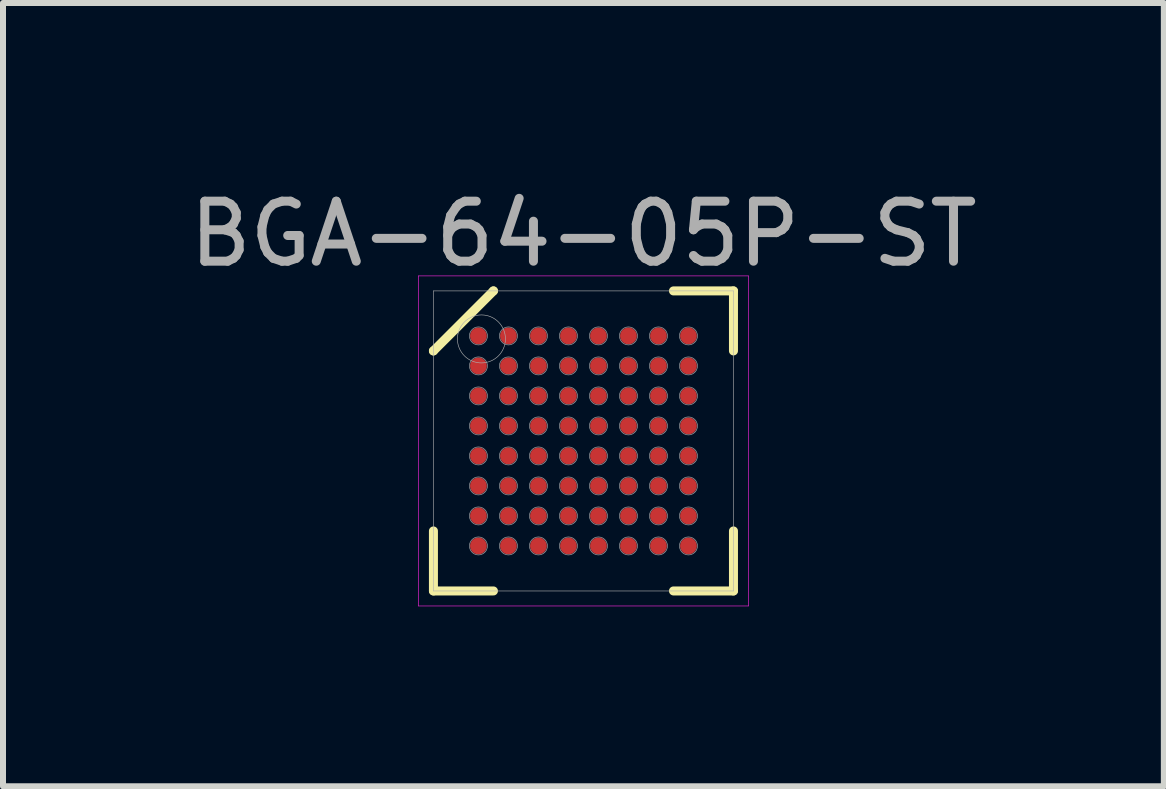
<source format=kicad_pcb>
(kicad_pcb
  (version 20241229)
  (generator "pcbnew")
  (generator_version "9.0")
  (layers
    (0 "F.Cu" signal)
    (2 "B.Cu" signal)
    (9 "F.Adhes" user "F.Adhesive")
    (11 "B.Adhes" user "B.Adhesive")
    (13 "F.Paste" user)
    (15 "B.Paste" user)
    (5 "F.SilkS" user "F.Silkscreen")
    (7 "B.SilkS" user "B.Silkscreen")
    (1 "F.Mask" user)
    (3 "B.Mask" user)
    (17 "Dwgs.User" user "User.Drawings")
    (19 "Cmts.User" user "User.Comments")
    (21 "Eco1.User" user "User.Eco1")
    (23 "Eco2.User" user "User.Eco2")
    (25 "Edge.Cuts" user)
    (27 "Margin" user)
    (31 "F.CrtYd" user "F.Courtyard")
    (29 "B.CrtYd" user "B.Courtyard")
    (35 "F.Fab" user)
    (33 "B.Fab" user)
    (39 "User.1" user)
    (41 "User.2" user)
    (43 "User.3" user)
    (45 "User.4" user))
  (footprint "BGA-64-05P-ST"
    (layer "F.Cu")
    (at 6.673 4.298)
    (property "Reference" "BGA-64-05P-ST" (at 0 -3.45 0) (layer "F.Fab") (effects (font (size 1 1) (thickness 0.15))))
    (attr through_hole)
    (fp_line (start -2.5 -1.5) (end -2.5 -1.5) (stroke (width 0.15) (type solid)) (layer "F.SilkS"))
    (fp_line (start -2.5 -1.5) (end -1.5 -2.5) (stroke (width 0.15) (type solid)) (layer "F.SilkS"))
    (fp_line (start -2.5 2.5) (end -2.5 1.5) (stroke (width 0.15) (type solid)) (layer "F.SilkS"))
    (fp_line (start -1.5 -2.5) (end -1.5 -2.5) (stroke (width 0.15) (type solid)) (layer "F.SilkS"))
    (fp_line (start -1.5 2.5) (end -2.5 2.5) (stroke (width 0.15) (type solid)) (layer "F.SilkS"))
    (fp_line (start 1.5 -2.5) (end 2.5 -2.5) (stroke (width 0.15) (type solid)) (layer "F.SilkS"))
    (fp_line (start 1.5 2.5) (end 2.5 2.5) (stroke (width 0.15) (type solid)) (layer "F.SilkS"))
    (fp_line (start 2.5 -2.5) (end 2.5 -1.5) (stroke (width 0.15) (type solid)) (layer "F.SilkS"))
    (fp_line (start 2.5 2.5) (end 2.5 1.5) (stroke (width 0.15) (type solid)) (layer "F.SilkS"))
    (fp_line (start -2.75 -2.75) (end 2.75 -2.75) (stroke (width 0.01) (type solid)) (layer "F.CrtYd"))
    (fp_line (start -2.75 2.75) (end -2.75 -2.75) (stroke (width 0.01) (type solid)) (layer "F.CrtYd"))
    (fp_line (start 2.75 -2.75) (end 2.75 2.75) (stroke (width 0.01) (type solid)) (layer "F.CrtYd"))
    (fp_line (start 2.75 2.75) (end -2.75 2.75) (stroke (width 0.01) (type solid)) (layer "F.CrtYd"))
    (fp_line (start -2.5 -2.5) (end 2.5 -2.5) (stroke (width 0.01) (type solid)) (layer "F.Fab"))
    (fp_line (start -2.5 2.5) (end -2.5 -2.5) (stroke (width 0.01) (type solid)) (layer "F.Fab"))
    (fp_line (start 2.5 -2.5) (end 2.5 2.5) (stroke (width 0.01) (type solid)) (layer "F.Fab"))
    (fp_line (start 2.5 2.5) (end -2.5 2.5) (stroke (width 0.01) (type solid)) (layer "F.Fab"))
    (fp_circle (center -1.75 -1.75) (end -1.75 -1.6) (stroke (width 0.01) (type solid)) (fill no) (layer "F.Fab"))
    (fp_circle (center -1.75 -1.25) (end -1.75 -1.1) (stroke (width 0.01) (type solid)) (fill no) (layer "F.Fab"))
    (fp_circle (center -1.75 -0.75) (end -1.75 -0.6) (stroke (width 0.01) (type solid)) (fill no) (layer "F.Fab"))
    (fp_circle (center -1.75 -0.25) (end -1.75 -0.1) (stroke (width 0.01) (type solid)) (fill no) (layer "F.Fab"))
    (fp_circle (center -1.75 0.25) (end -1.75 0.4) (stroke (width 0.01) (type solid)) (fill no) (layer "F.Fab"))
    (fp_circle (center -1.75 0.75) (end -1.75 0.9) (stroke (width 0.01) (type solid)) (fill no) (layer "F.Fab"))
    (fp_circle (center -1.75 1.25) (end -1.75 1.4) (stroke (width 0.01) (type solid)) (fill no) (layer "F.Fab"))
    (fp_circle (center -1.75 1.75) (end -1.75 1.9) (stroke (width 0.01) (type solid)) (fill no) (layer "F.Fab"))
    (fp_circle (center -1.7 -1.7) (end -1.7 -1.3) (stroke (width 0.01) (type solid)) (fill no) (layer "F.Fab"))
    (fp_circle (center -1.25 -1.75) (end -1.25 -1.6) (stroke (width 0.01) (type solid)) (fill no) (layer "F.Fab"))
    (fp_circle (center -1.25 -1.25) (end -1.25 -1.1) (stroke (width 0.01) (type solid)) (fill no) (layer "F.Fab"))
    (fp_circle (center -1.25 -0.75) (end -1.25 -0.6) (stroke (width 0.01) (type solid)) (fill no) (layer "F.Fab"))
    (fp_circle (center -1.25 -0.25) (end -1.25 -0.1) (stroke (width 0.01) (type solid)) (fill no) (layer "F.Fab"))
    (fp_circle (center -1.25 0.25) (end -1.25 0.4) (stroke (width 0.01) (type solid)) (fill no) (layer "F.Fab"))
    (fp_circle (center -1.25 0.75) (end -1.25 0.9) (stroke (width 0.01) (type solid)) (fill no) (layer "F.Fab"))
    (fp_circle (center -1.25 1.25) (end -1.25 1.4) (stroke (width 0.01) (type solid)) (fill no) (layer "F.Fab"))
    (fp_circle (center -1.25 1.75) (end -1.25 1.9) (stroke (width 0.01) (type solid)) (fill no) (layer "F.Fab"))
    (fp_circle (center -0.75 -1.75) (end -0.75 -1.6) (stroke (width 0.01) (type solid)) (fill no) (layer "F.Fab"))
    (fp_circle (center -0.75 -1.25) (end -0.75 -1.1) (stroke (width 0.01) (type solid)) (fill no) (layer "F.Fab"))
    (fp_circle (center -0.75 -0.75) (end -0.75 -0.6) (stroke (width 0.01) (type solid)) (fill no) (layer "F.Fab"))
    (fp_circle (center -0.75 -0.25) (end -0.75 -0.1) (stroke (width 0.01) (type solid)) (fill no) (layer "F.Fab"))
    (fp_circle (center -0.75 0.25) (end -0.75 0.4) (stroke (width 0.01) (type solid)) (fill no) (layer "F.Fab"))
    (fp_circle (center -0.75 0.75) (end -0.75 0.9) (stroke (width 0.01) (type solid)) (fill no) (layer "F.Fab"))
    (fp_circle (center -0.75 1.25) (end -0.75 1.4) (stroke (width 0.01) (type solid)) (fill no) (layer "F.Fab"))
    (fp_circle (center -0.75 1.75) (end -0.75 1.9) (stroke (width 0.01) (type solid)) (fill no) (layer "F.Fab"))
    (fp_circle (center -0.25 -1.75) (end -0.25 -1.6) (stroke (width 0.01) (type solid)) (fill no) (layer "F.Fab"))
    (fp_circle (center -0.25 -1.25) (end -0.25 -1.1) (stroke (width 0.01) (type solid)) (fill no) (layer "F.Fab"))
    (fp_circle (center -0.25 -0.75) (end -0.25 -0.6) (stroke (width 0.01) (type solid)) (fill no) (layer "F.Fab"))
    (fp_circle (center -0.25 -0.25) (end -0.25 -0.1) (stroke (width 0.01) (type solid)) (fill no) (layer "F.Fab"))
    (fp_circle (center -0.25 0.25) (end -0.25 0.4) (stroke (width 0.01) (type solid)) (fill no) (layer "F.Fab"))
    (fp_circle (center -0.25 0.75) (end -0.25 0.9) (stroke (width 0.01) (type solid)) (fill no) (layer "F.Fab"))
    (fp_circle (center -0.25 1.25) (end -0.25 1.4) (stroke (width 0.01) (type solid)) (fill no) (layer "F.Fab"))
    (fp_circle (center -0.25 1.75) (end -0.25 1.9) (stroke (width 0.01) (type solid)) (fill no) (layer "F.Fab"))
    (fp_circle (center 0.25 -1.75) (end 0.25 -1.6) (stroke (width 0.01) (type solid)) (fill no) (layer "F.Fab"))
    (fp_circle (center 0.25 -1.25) (end 0.25 -1.1) (stroke (width 0.01) (type solid)) (fill no) (layer "F.Fab"))
    (fp_circle (center 0.25 -0.75) (end 0.25 -0.6) (stroke (width 0.01) (type solid)) (fill no) (layer "F.Fab"))
    (fp_circle (center 0.25 -0.25) (end 0.25 -0.1) (stroke (width 0.01) (type solid)) (fill no) (layer "F.Fab"))
    (fp_circle (center 0.25 0.25) (end 0.25 0.4) (stroke (width 0.01) (type solid)) (fill no) (layer "F.Fab"))
    (fp_circle (center 0.25 0.75) (end 0.25 0.9) (stroke (width 0.01) (type solid)) (fill no) (layer "F.Fab"))
    (fp_circle (center 0.25 1.25) (end 0.25 1.4) (stroke (width 0.01) (type solid)) (fill no) (layer "F.Fab"))
    (fp_circle (center 0.25 1.75) (end 0.25 1.9) (stroke (width 0.01) (type solid)) (fill no) (layer "F.Fab"))
    (fp_circle (center 0.75 -1.75) (end 0.75 -1.6) (stroke (width 0.01) (type solid)) (fill no) (layer "F.Fab"))
    (fp_circle (center 0.75 -1.25) (end 0.75 -1.1) (stroke (width 0.01) (type solid)) (fill no) (layer "F.Fab"))
    (fp_circle (center 0.75 -0.75) (end 0.75 -0.6) (stroke (width 0.01) (type solid)) (fill no) (layer "F.Fab"))
    (fp_circle (center 0.75 -0.25) (end 0.75 -0.1) (stroke (width 0.01) (type solid)) (fill no) (layer "F.Fab"))
    (fp_circle (center 0.75 0.25) (end 0.75 0.4) (stroke (width 0.01) (type solid)) (fill no) (layer "F.Fab"))
    (fp_circle (center 0.75 0.75) (end 0.75 0.9) (stroke (width 0.01) (type solid)) (fill no) (layer "F.Fab"))
    (fp_circle (center 0.75 1.25) (end 0.75 1.4) (stroke (width 0.01) (type solid)) (fill no) (layer "F.Fab"))
    (fp_circle (center 0.75 1.75) (end 0.75 1.9) (stroke (width 0.01) (type solid)) (fill no) (layer "F.Fab"))
    (fp_circle (center 1.25 -1.75) (end 1.25 -1.6) (stroke (width 0.01) (type solid)) (fill no) (layer "F.Fab"))
    (fp_circle (center 1.25 -1.25) (end 1.25 -1.1) (stroke (width 0.01) (type solid)) (fill no) (layer "F.Fab"))
    (fp_circle (center 1.25 -0.75) (end 1.25 -0.6) (stroke (width 0.01) (type solid)) (fill no) (layer "F.Fab"))
    (fp_circle (center 1.25 -0.25) (end 1.25 -0.1) (stroke (width 0.01) (type solid)) (fill no) (layer "F.Fab"))
    (fp_circle (center 1.25 0.25) (end 1.25 0.4) (stroke (width 0.01) (type solid)) (fill no) (layer "F.Fab"))
    (fp_circle (center 1.25 0.75) (end 1.25 0.9) (stroke (width 0.01) (type solid)) (fill no) (layer "F.Fab"))
    (fp_circle (center 1.25 1.25) (end 1.25 1.4) (stroke (width 0.01) (type solid)) (fill no) (layer "F.Fab"))
    (fp_circle (center 1.25 1.75) (end 1.25 1.9) (stroke (width 0.01) (type solid)) (fill no) (layer "F.Fab"))
    (fp_circle (center 1.75 -1.75) (end 1.75 -1.6) (stroke (width 0.01) (type solid)) (fill no) (layer "F.Fab"))
    (fp_circle (center 1.75 -1.25) (end 1.75 -1.1) (stroke (width 0.01) (type solid)) (fill no) (layer "F.Fab"))
    (fp_circle (center 1.75 -0.75) (end 1.75 -0.6) (stroke (width 0.01) (type solid)) (fill no) (layer "F.Fab"))
    (fp_circle (center 1.75 -0.25) (end 1.75 -0.1) (stroke (width 0.01) (type solid)) (fill no) (layer "F.Fab"))
    (fp_circle (center 1.75 0.25) (end 1.75 0.4) (stroke (width 0.01) (type solid)) (fill no) (layer "F.Fab"))
    (fp_circle (center 1.75 0.75) (end 1.75 0.9) (stroke (width 0.01) (type solid)) (fill no) (layer "F.Fab"))
    (fp_circle (center 1.75 1.25) (end 1.75 1.4) (stroke (width 0.01) (type solid)) (fill no) (layer "F.Fab"))
    (fp_circle (center 1.75 1.75) (end 1.75 1.9) (stroke (width 0.01) (type solid)) (fill no) (layer "F.Fab"))
    (pad "A1" smd circle (at -1.75 -1.75) (size 0.28 0.28) (layers "F.Cu" "F.Mask" "F.Paste"))
    (pad "A2" smd circle (at -1.25 -1.75) (size 0.28 0.28) (layers "F.Cu" "F.Mask" "F.Paste"))
    (pad "A3" smd circle (at -0.75 -1.75) (size 0.28 0.28) (layers "F.Cu" "F.Mask" "F.Paste"))
    (pad "A4" smd circle (at -0.25 -1.75) (size 0.28 0.28) (layers "F.Cu" "F.Mask" "F.Paste"))
    (pad "A5" smd circle (at 0.25 -1.75) (size 0.28 0.28) (layers "F.Cu" "F.Mask" "F.Paste"))
    (pad "A6" smd circle (at 0.75 -1.75) (size 0.28 0.28) (layers "F.Cu" "F.Mask" "F.Paste"))
    (pad "A7" smd circle (at 1.25 -1.75) (size 0.28 0.28) (layers "F.Cu" "F.Mask" "F.Paste"))
    (pad "A8" smd circle (at 1.75 -1.75) (size 0.28 0.28) (layers "F.Cu" "F.Mask" "F.Paste"))
    (pad "B1" smd circle (at -1.75 -1.25) (size 0.28 0.28) (layers "F.Cu" "F.Mask" "F.Paste"))
    (pad "B2" smd circle (at -1.25 -1.25) (size 0.28 0.28) (layers "F.Cu" "F.Mask" "F.Paste"))
    (pad "B3" smd circle (at -0.75 -1.25) (size 0.28 0.28) (layers "F.Cu" "F.Mask" "F.Paste"))
    (pad "B4" smd circle (at -0.25 -1.25) (size 0.28 0.28) (layers "F.Cu" "F.Mask" "F.Paste"))
    (pad "B5" smd circle (at 0.25 -1.25) (size 0.28 0.28) (layers "F.Cu" "F.Mask" "F.Paste"))
    (pad "B6" smd circle (at 0.75 -1.25) (size 0.28 0.28) (layers "F.Cu" "F.Mask" "F.Paste"))
    (pad "B7" smd circle (at 1.25 -1.25) (size 0.28 0.28) (layers "F.Cu" "F.Mask" "F.Paste"))
    (pad "B8" smd circle (at 1.75 -1.25) (size 0.28 0.28) (layers "F.Cu" "F.Mask" "F.Paste"))
    (pad "C1" smd circle (at -1.75 -0.75) (size 0.28 0.28) (layers "F.Cu" "F.Mask" "F.Paste"))
    (pad "C2" smd circle (at -1.25 -0.75) (size 0.28 0.28) (layers "F.Cu" "F.Mask" "F.Paste"))
    (pad "C3" smd circle (at -0.75 -0.75) (size 0.28 0.28) (layers "F.Cu" "F.Mask" "F.Paste"))
    (pad "C4" smd circle (at -0.25 -0.75) (size 0.28 0.28) (layers "F.Cu" "F.Mask" "F.Paste"))
    (pad "C5" smd circle (at 0.25 -0.75) (size 0.28 0.28) (layers "F.Cu" "F.Mask" "F.Paste"))
    (pad "C6" smd circle (at 0.75 -0.75) (size 0.28 0.28) (layers "F.Cu" "F.Mask" "F.Paste"))
    (pad "C7" smd circle (at 1.25 -0.75) (size 0.28 0.28) (layers "F.Cu" "F.Mask" "F.Paste"))
    (pad "C8" smd circle (at 1.75 -0.75) (size 0.28 0.28) (layers "F.Cu" "F.Mask" "F.Paste"))
    (pad "D1" smd circle (at -1.75 -0.25) (size 0.28 0.28) (layers "F.Cu" "F.Mask" "F.Paste"))
    (pad "D2" smd circle (at -1.25 -0.25) (size 0.28 0.28) (layers "F.Cu" "F.Mask" "F.Paste"))
    (pad "D3" smd circle (at -0.75 -0.25) (size 0.28 0.28) (layers "F.Cu" "F.Mask" "F.Paste"))
    (pad "D4" smd circle (at -0.25 -0.25) (size 0.28 0.28) (layers "F.Cu" "F.Mask" "F.Paste"))
    (pad "D5" smd circle (at 0.25 -0.25) (size 0.28 0.28) (layers "F.Cu" "F.Mask" "F.Paste"))
    (pad "D6" smd circle (at 0.75 -0.25) (size 0.28 0.28) (layers "F.Cu" "F.Mask" "F.Paste"))
    (pad "D7" smd circle (at 1.25 -0.25) (size 0.28 0.28) (layers "F.Cu" "F.Mask" "F.Paste"))
    (pad "D8" smd circle (at 1.75 -0.25) (size 0.28 0.28) (layers "F.Cu" "F.Mask" "F.Paste"))
    (pad "E1" smd circle (at -1.75 0.25) (size 0.28 0.28) (layers "F.Cu" "F.Mask" "F.Paste"))
    (pad "E2" smd circle (at -1.25 0.25) (size 0.28 0.28) (layers "F.Cu" "F.Mask" "F.Paste"))
    (pad "E3" smd circle (at -0.75 0.25) (size 0.28 0.28) (layers "F.Cu" "F.Mask" "F.Paste"))
    (pad "E4" smd circle (at -0.25 0.25) (size 0.28 0.28) (layers "F.Cu" "F.Mask" "F.Paste"))
    (pad "E5" smd circle (at 0.25 0.25) (size 0.28 0.28) (layers "F.Cu" "F.Mask" "F.Paste"))
    (pad "E6" smd circle (at 0.75 0.25) (size 0.28 0.28) (layers "F.Cu" "F.Mask" "F.Paste"))
    (pad "E7" smd circle (at 1.25 0.25) (size 0.28 0.28) (layers "F.Cu" "F.Mask" "F.Paste"))
    (pad "E8" smd circle (at 1.75 0.25) (size 0.28 0.28) (layers "F.Cu" "F.Mask" "F.Paste"))
    (pad "F1" smd circle (at -1.75 0.75) (size 0.28 0.28) (layers "F.Cu" "F.Mask" "F.Paste"))
    (pad "F2" smd circle (at -1.25 0.75) (size 0.28 0.28) (layers "F.Cu" "F.Mask" "F.Paste"))
    (pad "F3" smd circle (at -0.75 0.75) (size 0.28 0.28) (layers "F.Cu" "F.Mask" "F.Paste"))
    (pad "F4" smd circle (at -0.25 0.75) (size 0.28 0.28) (layers "F.Cu" "F.Mask" "F.Paste"))
    (pad "F5" smd circle (at 0.25 0.75) (size 0.28 0.28) (layers "F.Cu" "F.Mask" "F.Paste"))
    (pad "F6" smd circle (at 0.75 0.75) (size 0.28 0.28) (layers "F.Cu" "F.Mask" "F.Paste"))
    (pad "F7" smd circle (at 1.25 0.75) (size 0.28 0.28) (layers "F.Cu" "F.Mask" "F.Paste"))
    (pad "F8" smd circle (at 1.75 0.75) (size 0.28 0.28) (layers "F.Cu" "F.Mask" "F.Paste"))
    (pad "G1" smd circle (at -1.75 1.25) (size 0.28 0.28) (layers "F.Cu" "F.Mask" "F.Paste"))
    (pad "G2" smd circle (at -1.25 1.25) (size 0.28 0.28) (layers "F.Cu" "F.Mask" "F.Paste"))
    (pad "G3" smd circle (at -0.75 1.25) (size 0.28 0.28) (layers "F.Cu" "F.Mask" "F.Paste"))
    (pad "G4" smd circle (at -0.25 1.25) (size 0.28 0.28) (layers "F.Cu" "F.Mask" "F.Paste"))
    (pad "G5" smd circle (at 0.25 1.25) (size 0.28 0.28) (layers "F.Cu" "F.Mask" "F.Paste"))
    (pad "G6" smd circle (at 0.75 1.25) (size 0.28 0.28) (layers "F.Cu" "F.Mask" "F.Paste"))
    (pad "G7" smd circle (at 1.25 1.25) (size 0.28 0.28) (layers "F.Cu" "F.Mask" "F.Paste"))
    (pad "G8" smd circle (at 1.75 1.25) (size 0.28 0.28) (layers "F.Cu" "F.Mask" "F.Paste"))
    (pad "H1" smd circle (at -1.75 1.75) (size 0.28 0.28) (layers "F.Cu" "F.Mask" "F.Paste"))
    (pad "H2" smd circle (at -1.25 1.75) (size 0.28 0.28) (layers "F.Cu" "F.Mask" "F.Paste"))
    (pad "H3" smd circle (at -0.75 1.75) (size 0.28 0.28) (layers "F.Cu" "F.Mask" "F.Paste"))
    (pad "H4" smd circle (at -0.25 1.75) (size 0.28 0.28) (layers "F.Cu" "F.Mask" "F.Paste"))
    (pad "H5" smd circle (at 0.25 1.75) (size 0.28 0.28) (layers "F.Cu" "F.Mask" "F.Paste"))
    (pad "H6" smd circle (at 0.75 1.75) (size 0.28 0.28) (layers "F.Cu" "F.Mask" "F.Paste"))
    (pad "H7" smd circle (at 1.25 1.75) (size 0.28 0.28) (layers "F.Cu" "F.Mask" "F.Paste"))
    (pad "H8" smd circle (at 1.75 1.75) (size 0.28 0.28) (layers "F.Cu" "F.Mask" "F.Paste")))
  (gr_rect
    (start -3 -3)
    (end 16.345 10.053)
    (stroke (width 0.1) (type default))
    (fill no)
    (layer "Edge.Cuts")))
</source>
